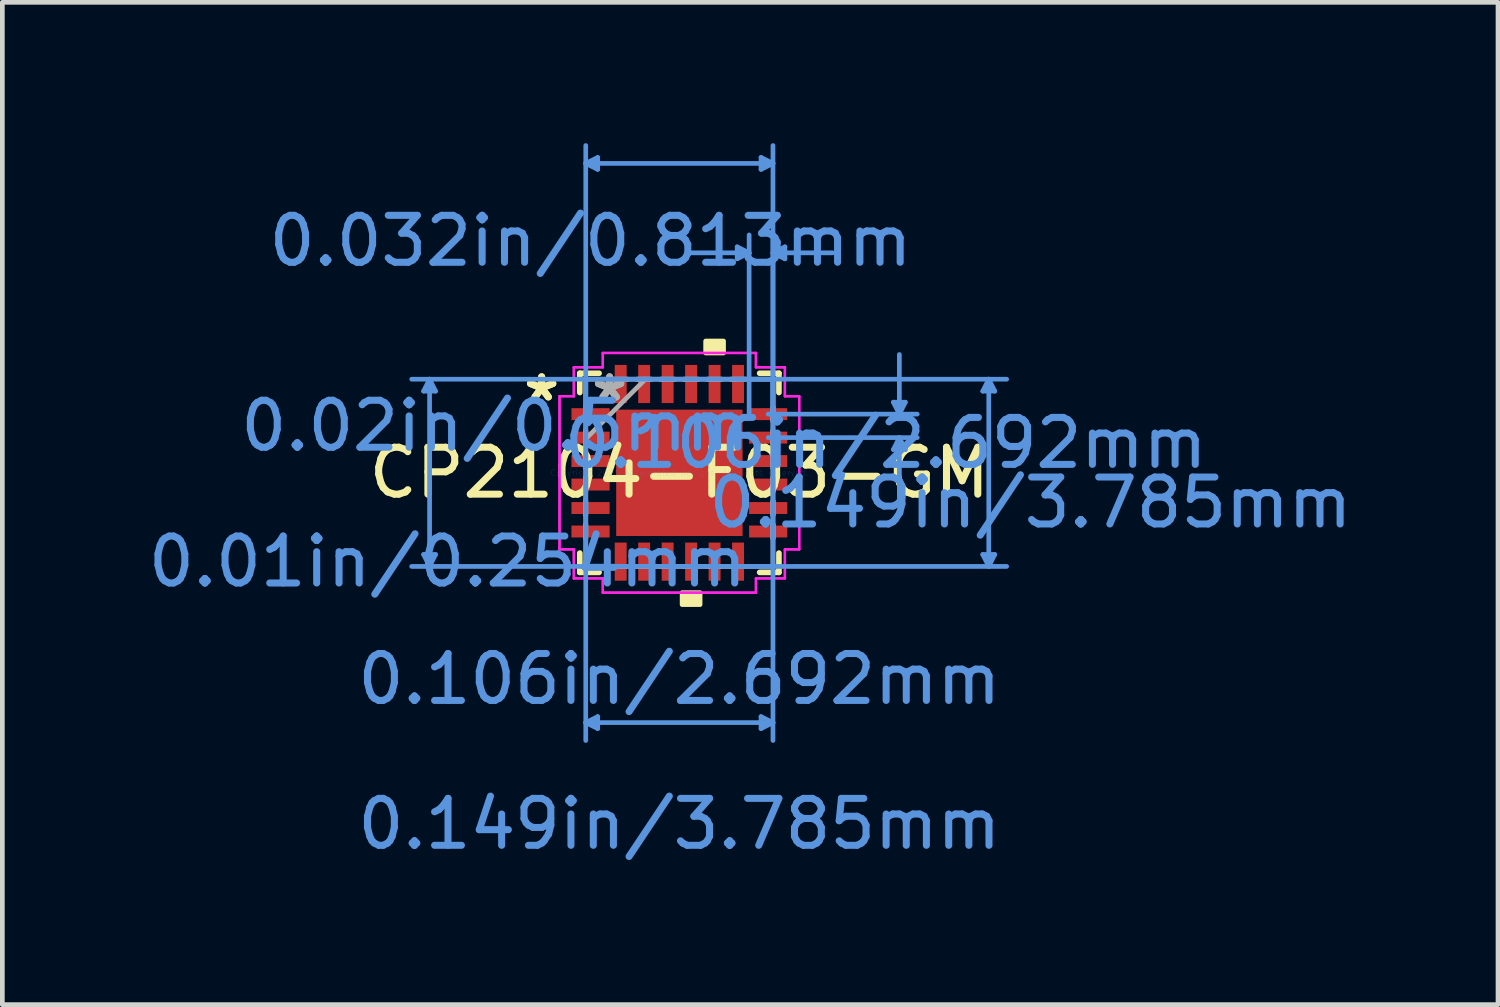
<source format=kicad_pcb>
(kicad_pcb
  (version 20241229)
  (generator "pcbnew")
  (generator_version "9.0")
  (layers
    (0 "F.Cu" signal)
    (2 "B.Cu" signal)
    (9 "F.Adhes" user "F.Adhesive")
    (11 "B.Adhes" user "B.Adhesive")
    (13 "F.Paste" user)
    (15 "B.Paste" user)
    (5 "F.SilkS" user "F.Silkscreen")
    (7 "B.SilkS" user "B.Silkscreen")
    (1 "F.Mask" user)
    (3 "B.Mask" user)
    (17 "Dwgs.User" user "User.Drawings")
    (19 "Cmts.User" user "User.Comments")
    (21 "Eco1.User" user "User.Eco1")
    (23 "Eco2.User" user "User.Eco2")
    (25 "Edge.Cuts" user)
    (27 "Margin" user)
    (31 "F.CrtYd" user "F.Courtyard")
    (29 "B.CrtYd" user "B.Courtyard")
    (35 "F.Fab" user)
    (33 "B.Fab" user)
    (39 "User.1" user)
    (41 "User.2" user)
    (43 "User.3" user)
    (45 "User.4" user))
  (footprint "CP2104-F03-GM"
    (layer "F.Cu")
    (at 11.422 7.022)
    (property "Reference" "CP2104-F03-GM" (at 0 0 0) (layer "F.SilkS") (effects (font (size 1 1) (thickness 0.15))))
    (attr through_hole)
    (fp_line (start -2.121 -2.121) (end -2.121 -1.71) (stroke (width 0.12) (type solid)) (layer "F.SilkS"))
    (fp_line (start -2.121 1.71) (end -2.121 2.121) (stroke (width 0.12) (type solid)) (layer "F.SilkS"))
    (fp_line (start -2.121 2.121) (end -1.71 2.121) (stroke (width 0.12) (type solid)) (layer "F.SilkS"))
    (fp_line (start -1.71 -2.121) (end -2.121 -2.121) (stroke (width 0.12) (type solid)) (layer "F.SilkS"))
    (fp_line (start 1.71 2.121) (end 2.121 2.121) (stroke (width 0.12) (type solid)) (layer "F.SilkS"))
    (fp_line (start 2.121 -2.121) (end 1.71 -2.121) (stroke (width 0.12) (type solid)) (layer "F.SilkS"))
    (fp_line (start 2.121 -1.71) (end 2.121 -2.121) (stroke (width 0.12) (type solid)) (layer "F.SilkS"))
    (fp_line (start 2.121 2.121) (end 2.121 1.71) (stroke (width 0.12) (type solid)) (layer "F.SilkS"))
    (fp_poly (pts (xy 0.059 2.553) (xy 0.059 2.807) (xy 0.441 2.807) (xy 0.441 2.553)) (stroke (width 0.1) (type solid)) (fill yes) (layer "F.SilkS"))
    (fp_poly (pts (xy 0.56 -2.553) (xy 0.56 -2.807) (xy 0.941 -2.807) (xy 0.941 -2.553)) (stroke (width 0.1) (type solid)) (fill yes) (layer "F.SilkS"))
    (fp_poly (pts (xy -1.246 -1.246) (xy -1.246 -0.1) (xy -0.1 -0.1) (xy -0.1 -1.246)) (stroke (width 0.1) (type solid)) (fill yes) (layer "F.Paste"))
    (fp_poly (pts (xy -1.246 0.1) (xy -1.246 1.246) (xy -0.1 1.246) (xy -0.1 0.1)) (stroke (width 0.1) (type solid)) (fill yes) (layer "F.Paste"))
    (fp_poly (pts (xy 0.1 -1.246) (xy 0.1 -0.1) (xy 1.246 -0.1) (xy 1.246 -1.246)) (stroke (width 0.1) (type solid)) (fill yes) (layer "F.Paste"))
    (fp_poly (pts (xy 0.1 0.1) (xy 0.1 1.246) (xy 1.246 1.246) (xy 1.246 0.1)) (stroke (width 0.1) (type solid)) (fill yes) (layer "F.Paste"))
    (fp_line (start -5.448 -1.74) (end -5.194 -1.74) (stroke (width 0.1) (type solid)) (layer "Cmts.User"))
    (fp_line (start -5.448 1.74) (end -5.194 1.74) (stroke (width 0.1) (type solid)) (layer "Cmts.User"))
    (fp_line (start -5.321 -1.994) (end -5.448 -1.74) (stroke (width 0.1) (type solid)) (layer "Cmts.User"))
    (fp_line (start -5.321 -1.994) (end -5.321 1.994) (stroke (width 0.1) (type solid)) (layer "Cmts.User"))
    (fp_line (start -5.321 -1.994) (end -5.194 -1.74) (stroke (width 0.1) (type solid)) (layer "Cmts.User"))
    (fp_line (start -5.321 1.994) (end -5.448 1.74) (stroke (width 0.1) (type solid)) (layer "Cmts.User"))
    (fp_line (start -5.321 1.994) (end -5.194 1.74) (stroke (width 0.1) (type solid)) (layer "Cmts.User"))
    (fp_line (start -1.994 -6.591) (end -1.74 -6.718) (stroke (width 0.1) (type solid)) (layer "Cmts.User"))
    (fp_line (start -1.994 -6.591) (end -1.74 -6.464) (stroke (width 0.1) (type solid)) (layer "Cmts.User"))
    (fp_line (start -1.994 -6.591) (end 1.994 -6.591) (stroke (width 0.1) (type solid)) (layer "Cmts.User"))
    (fp_line (start -1.994 -1.994) (end -1.994 5.702) (stroke (width 0.1) (type solid)) (layer "Cmts.User"))
    (fp_line (start -1.994 -1.25) (end -1.994 -6.972) (stroke (width 0.1) (type solid)) (layer "Cmts.User"))
    (fp_line (start -1.994 5.321) (end -1.74 5.194) (stroke (width 0.1) (type solid)) (layer "Cmts.User"))
    (fp_line (start -1.994 5.321) (end -1.74 5.448) (stroke (width 0.1) (type solid)) (layer "Cmts.User"))
    (fp_line (start -1.994 5.321) (end 1.994 5.321) (stroke (width 0.1) (type solid)) (layer "Cmts.User"))
    (fp_line (start -1.74 -6.718) (end -1.74 -6.464) (stroke (width 0.1) (type solid)) (layer "Cmts.User"))
    (fp_line (start -1.74 5.194) (end -1.74 5.448) (stroke (width 0.1) (type solid)) (layer "Cmts.User"))
    (fp_line (start 1.232 -4.813) (end 1.232 -4.559) (stroke (width 0.1) (type solid)) (layer "Cmts.User"))
    (fp_line (start 1.25 -1.994) (end 6.972 -1.994) (stroke (width 0.1) (type solid)) (layer "Cmts.User"))
    (fp_line (start 1.25 1.994) (end 6.972 1.994) (stroke (width 0.1) (type solid)) (layer "Cmts.User"))
    (fp_line (start 1.486 -4.686) (end 0.216 -4.686) (stroke (width 0.1) (type solid)) (layer "Cmts.User"))
    (fp_line (start 1.486 -4.686) (end 1.232 -4.813) (stroke (width 0.1) (type solid)) (layer "Cmts.User"))
    (fp_line (start 1.486 -4.686) (end 1.232 -4.559) (stroke (width 0.1) (type solid)) (layer "Cmts.User"))
    (fp_line (start 1.486 -1.25) (end 1.486 -5.067) (stroke (width 0.1) (type solid)) (layer "Cmts.User"))
    (fp_line (start 1.74 -6.718) (end 1.74 -6.464) (stroke (width 0.1) (type solid)) (layer "Cmts.User"))
    (fp_line (start 1.74 5.194) (end 1.74 5.448) (stroke (width 0.1) (type solid)) (layer "Cmts.User"))
    (fp_line (start 1.892 -1.25) (end 5.067 -1.25) (stroke (width 0.1) (type solid)) (layer "Cmts.User"))
    (fp_line (start 1.892 -0.75) (end 5.067 -0.75) (stroke (width 0.1) (type solid)) (layer "Cmts.User"))
    (fp_line (start 1.994 -6.591) (end 1.74 -6.718) (stroke (width 0.1) (type solid)) (layer "Cmts.User"))
    (fp_line (start 1.994 -6.591) (end 1.74 -6.464) (stroke (width 0.1) (type solid)) (layer "Cmts.User"))
    (fp_line (start 1.994 -4.686) (end 2.248 -4.813) (stroke (width 0.1) (type solid)) (layer "Cmts.User"))
    (fp_line (start 1.994 -4.686) (end 2.248 -4.559) (stroke (width 0.1) (type solid)) (layer "Cmts.User"))
    (fp_line (start 1.994 -4.686) (end 3.264 -4.686) (stroke (width 0.1) (type solid)) (layer "Cmts.User"))
    (fp_line (start 1.994 -1.994) (end -5.702 -1.994) (stroke (width 0.1) (type solid)) (layer "Cmts.User"))
    (fp_line (start 1.994 -1.994) (end 1.994 5.702) (stroke (width 0.1) (type solid)) (layer "Cmts.User"))
    (fp_line (start 1.994 -1.25) (end 1.994 -6.972) (stroke (width 0.1) (type solid)) (layer "Cmts.User"))
    (fp_line (start 1.994 -1.25) (end 1.994 -5.067) (stroke (width 0.1) (type solid)) (layer "Cmts.User"))
    (fp_line (start 1.994 1.994) (end -5.702 1.994) (stroke (width 0.1) (type solid)) (layer "Cmts.User"))
    (fp_line (start 1.994 5.321) (end 1.74 5.194) (stroke (width 0.1) (type solid)) (layer "Cmts.User"))
    (fp_line (start 1.994 5.321) (end 1.74 5.448) (stroke (width 0.1) (type solid)) (layer "Cmts.User"))
    (fp_line (start 2.248 -4.813) (end 2.248 -4.559) (stroke (width 0.1) (type solid)) (layer "Cmts.User"))
    (fp_line (start 4.559 -1.504) (end 4.813 -1.504) (stroke (width 0.1) (type solid)) (layer "Cmts.User"))
    (fp_line (start 4.559 -0.496) (end 4.813 -0.496) (stroke (width 0.1) (type solid)) (layer "Cmts.User"))
    (fp_line (start 4.686 -1.25) (end 4.559 -1.504) (stroke (width 0.1) (type solid)) (layer "Cmts.User"))
    (fp_line (start 4.686 -1.25) (end 4.686 -2.52) (stroke (width 0.1) (type solid)) (layer "Cmts.User"))
    (fp_line (start 4.686 -1.25) (end 4.813 -1.504) (stroke (width 0.1) (type solid)) (layer "Cmts.User"))
    (fp_line (start 4.686 -0.75) (end 4.559 -0.496) (stroke (width 0.1) (type solid)) (layer "Cmts.User"))
    (fp_line (start 4.686 -0.75) (end 4.686 0.52) (stroke (width 0.1) (type solid)) (layer "Cmts.User"))
    (fp_line (start 4.686 -0.75) (end 4.813 -0.496) (stroke (width 0.1) (type solid)) (layer "Cmts.User"))
    (fp_line (start 6.464 -1.74) (end 6.718 -1.74) (stroke (width 0.1) (type solid)) (layer "Cmts.User"))
    (fp_line (start 6.464 1.74) (end 6.718 1.74) (stroke (width 0.1) (type solid)) (layer "Cmts.User"))
    (fp_line (start 6.591 -1.994) (end 6.464 -1.74) (stroke (width 0.1) (type solid)) (layer "Cmts.User"))
    (fp_line (start 6.591 -1.994) (end 6.591 1.994) (stroke (width 0.1) (type solid)) (layer "Cmts.User"))
    (fp_line (start 6.591 -1.994) (end 6.718 -1.74) (stroke (width 0.1) (type solid)) (layer "Cmts.User"))
    (fp_line (start 6.591 1.994) (end 6.464 1.74) (stroke (width 0.1) (type solid)) (layer "Cmts.User"))
    (fp_line (start 6.591 1.994) (end 6.718 1.74) (stroke (width 0.1) (type solid)) (layer "Cmts.User"))
    (fp_line (start -2.553 -1.631) (end -2.248 -1.631) (stroke (width 0.05) (type solid)) (layer "F.CrtYd"))
    (fp_line (start -2.553 -1.631) (end -2.248 -1.631) (stroke (width 0.05) (type solid)) (layer "F.CrtYd"))
    (fp_line (start -2.553 1.631) (end -2.553 -1.631) (stroke (width 0.05) (type solid)) (layer "F.CrtYd"))
    (fp_line (start -2.553 1.631) (end -2.553 -1.631) (stroke (width 0.05) (type solid)) (layer "F.CrtYd"))
    (fp_line (start -2.248 -2.248) (end -1.631 -2.248) (stroke (width 0.05) (type solid)) (layer "F.CrtYd"))
    (fp_line (start -2.248 -2.248) (end -1.631 -2.248) (stroke (width 0.05) (type solid)) (layer "F.CrtYd"))
    (fp_line (start -2.248 -1.631) (end -2.248 -2.248) (stroke (width 0.05) (type solid)) (layer "F.CrtYd"))
    (fp_line (start -2.248 -1.631) (end -2.248 -2.248) (stroke (width 0.05) (type solid)) (layer "F.CrtYd"))
    (fp_line (start -2.248 1.631) (end -2.553 1.631) (stroke (width 0.05) (type solid)) (layer "F.CrtYd"))
    (fp_line (start -2.248 1.631) (end -2.553 1.631) (stroke (width 0.05) (type solid)) (layer "F.CrtYd"))
    (fp_line (start -2.248 2.248) (end -2.248 1.631) (stroke (width 0.05) (type solid)) (layer "F.CrtYd"))
    (fp_line (start -2.248 2.248) (end -2.248 1.631) (stroke (width 0.05) (type solid)) (layer "F.CrtYd"))
    (fp_line (start -1.631 -2.553) (end 1.631 -2.553) (stroke (width 0.05) (type solid)) (layer "F.CrtYd"))
    (fp_line (start -1.631 -2.553) (end 1.631 -2.553) (stroke (width 0.05) (type solid)) (layer "F.CrtYd"))
    (fp_line (start -1.631 -2.248) (end -1.631 -2.553) (stroke (width 0.05) (type solid)) (layer "F.CrtYd"))
    (fp_line (start -1.631 -2.248) (end -1.631 -2.553) (stroke (width 0.05) (type solid)) (layer "F.CrtYd"))
    (fp_line (start -1.631 2.248) (end -2.248 2.248) (stroke (width 0.05) (type solid)) (layer "F.CrtYd"))
    (fp_line (start -1.631 2.248) (end -2.248 2.248) (stroke (width 0.05) (type solid)) (layer "F.CrtYd"))
    (fp_line (start -1.631 2.553) (end -1.631 2.248) (stroke (width 0.05) (type solid)) (layer "F.CrtYd"))
    (fp_line (start -1.631 2.553) (end -1.631 2.248) (stroke (width 0.05) (type solid)) (layer "F.CrtYd"))
    (fp_line (start 1.631 -2.553) (end 1.631 -2.248) (stroke (width 0.05) (type solid)) (layer "F.CrtYd"))
    (fp_line (start 1.631 -2.553) (end 1.631 -2.248) (stroke (width 0.05) (type solid)) (layer "F.CrtYd"))
    (fp_line (start 1.631 -2.248) (end 2.248 -2.248) (stroke (width 0.05) (type solid)) (layer "F.CrtYd"))
    (fp_line (start 1.631 -2.248) (end 2.248 -2.248) (stroke (width 0.05) (type solid)) (layer "F.CrtYd"))
    (fp_line (start 1.631 2.248) (end 1.631 2.553) (stroke (width 0.05) (type solid)) (layer "F.CrtYd"))
    (fp_line (start 1.631 2.248) (end 1.631 2.553) (stroke (width 0.05) (type solid)) (layer "F.CrtYd"))
    (fp_line (start 1.631 2.553) (end -1.631 2.553) (stroke (width 0.05) (type solid)) (layer "F.CrtYd"))
    (fp_line (start 1.631 2.553) (end -1.631 2.553) (stroke (width 0.05) (type solid)) (layer "F.CrtYd"))
    (fp_line (start 2.248 -2.248) (end 2.248 -1.631) (stroke (width 0.05) (type solid)) (layer "F.CrtYd"))
    (fp_line (start 2.248 -2.248) (end 2.248 -1.631) (stroke (width 0.05) (type solid)) (layer "F.CrtYd"))
    (fp_line (start 2.248 -1.631) (end 2.553 -1.631) (stroke (width 0.05) (type solid)) (layer "F.CrtYd"))
    (fp_line (start 2.248 -1.631) (end 2.553 -1.631) (stroke (width 0.05) (type solid)) (layer "F.CrtYd"))
    (fp_line (start 2.248 1.631) (end 2.248 2.248) (stroke (width 0.05) (type solid)) (layer "F.CrtYd"))
    (fp_line (start 2.248 1.631) (end 2.248 2.248) (stroke (width 0.05) (type solid)) (layer "F.CrtYd"))
    (fp_line (start 2.248 2.248) (end 1.631 2.248) (stroke (width 0.05) (type solid)) (layer "F.CrtYd"))
    (fp_line (start 2.248 2.248) (end 1.631 2.248) (stroke (width 0.05) (type solid)) (layer "F.CrtYd"))
    (fp_line (start 2.553 -1.631) (end 2.553 1.631) (stroke (width 0.05) (type solid)) (layer "F.CrtYd"))
    (fp_line (start 2.553 -1.631) (end 2.553 1.631) (stroke (width 0.05) (type solid)) (layer "F.CrtYd"))
    (fp_line (start 2.553 1.631) (end 2.248 1.631) (stroke (width 0.05) (type solid)) (layer "F.CrtYd"))
    (fp_line (start 2.553 1.631) (end 2.248 1.631) (stroke (width 0.05) (type solid)) (layer "F.CrtYd"))
    (fp_line (start -1.994 -1.994) (end -1.994 -1.994) (stroke (width 0.1) (type solid)) (layer "F.Fab"))
    (fp_line (start -1.994 -1.994) (end -1.994 1.994) (stroke (width 0.1) (type solid)) (layer "F.Fab"))
    (fp_line (start -1.994 -1.402) (end -1.994 -1.402) (stroke (width 0.1) (type solid)) (layer "F.Fab"))
    (fp_line (start -1.994 -1.402) (end -1.994 -1.098) (stroke (width 0.1) (type solid)) (layer "F.Fab"))
    (fp_line (start -1.994 -1.098) (end -1.994 -1.402) (stroke (width 0.1) (type solid)) (layer "F.Fab"))
    (fp_line (start -1.994 -1.098) (end -1.994 -1.098) (stroke (width 0.1) (type solid)) (layer "F.Fab"))
    (fp_line (start -1.994 -0.902) (end -1.994 -0.902) (stroke (width 0.1) (type solid)) (layer "F.Fab"))
    (fp_line (start -1.994 -0.902) (end -1.994 -0.598) (stroke (width 0.1) (type solid)) (layer "F.Fab"))
    (fp_line (start -1.994 -0.724) (end -0.724 -1.994) (stroke (width 0.1) (type solid)) (layer "F.Fab"))
    (fp_line (start -1.994 -0.598) (end -1.994 -0.902) (stroke (width 0.1) (type solid)) (layer "F.Fab"))
    (fp_line (start -1.994 -0.598) (end -1.994 -0.598) (stroke (width 0.1) (type solid)) (layer "F.Fab"))
    (fp_line (start -1.994 -0.402) (end -1.994 -0.402) (stroke (width 0.1) (type solid)) (layer "F.Fab"))
    (fp_line (start -1.994 -0.402) (end -1.994 -0.098) (stroke (width 0.1) (type solid)) (layer "F.Fab"))
    (fp_line (start -1.994 -0.098) (end -1.994 -0.402) (stroke (width 0.1) (type solid)) (layer "F.Fab"))
    (fp_line (start -1.994 -0.098) (end -1.994 -0.098) (stroke (width 0.1) (type solid)) (layer "F.Fab"))
    (fp_line (start -1.994 0.098) (end -1.994 0.098) (stroke (width 0.1) (type solid)) (layer "F.Fab"))
    (fp_line (start -1.994 0.098) (end -1.994 0.402) (stroke (width 0.1) (type solid)) (layer "F.Fab"))
    (fp_line (start -1.994 0.402) (end -1.994 0.098) (stroke (width 0.1) (type solid)) (layer "F.Fab"))
    (fp_line (start -1.994 0.402) (end -1.994 0.402) (stroke (width 0.1) (type solid)) (layer "F.Fab"))
    (fp_line (start -1.994 0.598) (end -1.994 0.598) (stroke (width 0.1) (type solid)) (layer "F.Fab"))
    (fp_line (start -1.994 0.598) (end -1.994 0.902) (stroke (width 0.1) (type solid)) (layer "F.Fab"))
    (fp_line (start -1.994 0.902) (end -1.994 0.598) (stroke (width 0.1) (type solid)) (layer "F.Fab"))
    (fp_line (start -1.994 0.902) (end -1.994 0.902) (stroke (width 0.1) (type solid)) (layer "F.Fab"))
    (fp_line (start -1.994 1.098) (end -1.994 1.098) (stroke (width 0.1) (type solid)) (layer "F.Fab"))
    (fp_line (start -1.994 1.098) (end -1.994 1.402) (stroke (width 0.1) (type solid)) (layer "F.Fab"))
    (fp_line (start -1.994 1.402) (end -1.994 1.098) (stroke (width 0.1) (type solid)) (layer "F.Fab"))
    (fp_line (start -1.994 1.402) (end -1.994 1.402) (stroke (width 0.1) (type solid)) (layer "F.Fab"))
    (fp_line (start -1.994 1.994) (end -1.994 1.994) (stroke (width 0.1) (type solid)) (layer "F.Fab"))
    (fp_line (start -1.994 1.994) (end 1.994 1.994) (stroke (width 0.1) (type solid)) (layer "F.Fab"))
    (fp_line (start -1.402 -1.994) (end -1.402 -1.994) (stroke (width 0.1) (type solid)) (layer "F.Fab"))
    (fp_line (start -1.402 -1.994) (end -1.098 -1.994) (stroke (width 0.1) (type solid)) (layer "F.Fab"))
    (fp_line (start -1.402 1.994) (end -1.402 1.994) (stroke (width 0.1) (type solid)) (layer "F.Fab"))
    (fp_line (start -1.402 1.994) (end -1.098 1.994) (stroke (width 0.1) (type solid)) (layer "F.Fab"))
    (fp_line (start -1.098 -1.994) (end -1.402 -1.994) (stroke (width 0.1) (type solid)) (layer "F.Fab"))
    (fp_line (start -1.098 -1.994) (end -1.098 -1.994) (stroke (width 0.1) (type solid)) (layer "F.Fab"))
    (fp_line (start -1.098 1.994) (end -1.402 1.994) (stroke (width 0.1) (type solid)) (layer "F.Fab"))
    (fp_line (start -1.098 1.994) (end -1.098 1.994) (stroke (width 0.1) (type solid)) (layer "F.Fab"))
    (fp_line (start -0.902 -1.994) (end -0.902 -1.994) (stroke (width 0.1) (type solid)) (layer "F.Fab"))
    (fp_line (start -0.902 -1.994) (end -0.598 -1.994) (stroke (width 0.1) (type solid)) (layer "F.Fab"))
    (fp_line (start -0.902 1.994) (end -0.902 1.994) (stroke (width 0.1) (type solid)) (layer "F.Fab"))
    (fp_line (start -0.902 1.994) (end -0.598 1.994) (stroke (width 0.1) (type solid)) (layer "F.Fab"))
    (fp_line (start -0.598 -1.994) (end -0.902 -1.994) (stroke (width 0.1) (type solid)) (layer "F.Fab"))
    (fp_line (start -0.598 -1.994) (end -0.598 -1.994) (stroke (width 0.1) (type solid)) (layer "F.Fab"))
    (fp_line (start -0.598 1.994) (end -0.902 1.994) (stroke (width 0.1) (type solid)) (layer "F.Fab"))
    (fp_line (start -0.598 1.994) (end -0.598 1.994) (stroke (width 0.1) (type solid)) (layer "F.Fab"))
    (fp_line (start -0.402 -1.994) (end -0.402 -1.994) (stroke (width 0.1) (type solid)) (layer "F.Fab"))
    (fp_line (start -0.402 -1.994) (end -0.098 -1.994) (stroke (width 0.1) (type solid)) (layer "F.Fab"))
    (fp_line (start -0.402 1.994) (end -0.402 1.994) (stroke (width 0.1) (type solid)) (layer "F.Fab"))
    (fp_line (start -0.402 1.994) (end -0.098 1.994) (stroke (width 0.1) (type solid)) (layer "F.Fab"))
    (fp_line (start -0.098 -1.994) (end -0.402 -1.994) (stroke (width 0.1) (type solid)) (layer "F.Fab"))
    (fp_line (start -0.098 -1.994) (end -0.098 -1.994) (stroke (width 0.1) (type solid)) (layer "F.Fab"))
    (fp_line (start -0.098 1.994) (end -0.402 1.994) (stroke (width 0.1) (type solid)) (layer "F.Fab"))
    (fp_line (start -0.098 1.994) (end -0.098 1.994) (stroke (width 0.1) (type solid)) (layer "F.Fab"))
    (fp_line (start 0.098 -1.994) (end 0.098 -1.994) (stroke (width 0.1) (type solid)) (layer "F.Fab"))
    (fp_line (start 0.098 -1.994) (end 0.402 -1.994) (stroke (width 0.1) (type solid)) (layer "F.Fab"))
    (fp_line (start 0.098 1.994) (end 0.098 1.994) (stroke (width 0.1) (type solid)) (layer "F.Fab"))
    (fp_line (start 0.098 1.994) (end 0.402 1.994) (stroke (width 0.1) (type solid)) (layer "F.Fab"))
    (fp_line (start 0.402 -1.994) (end 0.098 -1.994) (stroke (width 0.1) (type solid)) (layer "F.Fab"))
    (fp_line (start 0.402 -1.994) (end 0.402 -1.994) (stroke (width 0.1) (type solid)) (layer "F.Fab"))
    (fp_line (start 0.402 1.994) (end 0.098 1.994) (stroke (width 0.1) (type solid)) (layer "F.Fab"))
    (fp_line (start 0.402 1.994) (end 0.402 1.994) (stroke (width 0.1) (type solid)) (layer "F.Fab"))
    (fp_line (start 0.598 -1.994) (end 0.598 -1.994) (stroke (width 0.1) (type solid)) (layer "F.Fab"))
    (fp_line (start 0.598 -1.994) (end 0.902 -1.994) (stroke (width 0.1) (type solid)) (layer "F.Fab"))
    (fp_line (start 0.598 1.994) (end 0.598 1.994) (stroke (width 0.1) (type solid)) (layer "F.Fab"))
    (fp_line (start 0.598 1.994) (end 0.902 1.994) (stroke (width 0.1) (type solid)) (layer "F.Fab"))
    (fp_line (start 0.902 -1.994) (end 0.598 -1.994) (stroke (width 0.1) (type solid)) (layer "F.Fab"))
    (fp_line (start 0.902 -1.994) (end 0.902 -1.994) (stroke (width 0.1) (type solid)) (layer "F.Fab"))
    (fp_line (start 0.902 1.994) (end 0.598 1.994) (stroke (width 0.1) (type solid)) (layer "F.Fab"))
    (fp_line (start 0.902 1.994) (end 0.902 1.994) (stroke (width 0.1) (type solid)) (layer "F.Fab"))
    (fp_line (start 1.098 -1.994) (end 1.098 -1.994) (stroke (width 0.1) (type solid)) (layer "F.Fab"))
    (fp_line (start 1.098 -1.994) (end 1.402 -1.994) (stroke (width 0.1) (type solid)) (layer "F.Fab"))
    (fp_line (start 1.098 1.994) (end 1.098 1.994) (stroke (width 0.1) (type solid)) (layer "F.Fab"))
    (fp_line (start 1.098 1.994) (end 1.402 1.994) (stroke (width 0.1) (type solid)) (layer "F.Fab"))
    (fp_line (start 1.402 -1.994) (end 1.098 -1.994) (stroke (width 0.1) (type solid)) (layer "F.Fab"))
    (fp_line (start 1.402 -1.994) (end 1.402 -1.994) (stroke (width 0.1) (type solid)) (layer "F.Fab"))
    (fp_line (start 1.402 1.994) (end 1.098 1.994) (stroke (width 0.1) (type solid)) (layer "F.Fab"))
    (fp_line (start 1.402 1.994) (end 1.402 1.994) (stroke (width 0.1) (type solid)) (layer "F.Fab"))
    (fp_line (start 1.994 -1.994) (end -1.994 -1.994) (stroke (width 0.1) (type solid)) (layer "F.Fab"))
    (fp_line (start 1.994 -1.994) (end 1.994 -1.994) (stroke (width 0.1) (type solid)) (layer "F.Fab"))
    (fp_line (start 1.994 -1.402) (end 1.994 -1.402) (stroke (width 0.1) (type solid)) (layer "F.Fab"))
    (fp_line (start 1.994 -1.402) (end 1.994 -1.098) (stroke (width 0.1) (type solid)) (layer "F.Fab"))
    (fp_line (start 1.994 -1.098) (end 1.994 -1.402) (stroke (width 0.1) (type solid)) (layer "F.Fab"))
    (fp_line (start 1.994 -1.098) (end 1.994 -1.098) (stroke (width 0.1) (type solid)) (layer "F.Fab"))
    (fp_line (start 1.994 -0.902) (end 1.994 -0.902) (stroke (width 0.1) (type solid)) (layer "F.Fab"))
    (fp_line (start 1.994 -0.902) (end 1.994 -0.598) (stroke (width 0.1) (type solid)) (layer "F.Fab"))
    (fp_line (start 1.994 -0.598) (end 1.994 -0.902) (stroke (width 0.1) (type solid)) (layer "F.Fab"))
    (fp_line (start 1.994 -0.598) (end 1.994 -0.598) (stroke (width 0.1) (type solid)) (layer "F.Fab"))
    (fp_line (start 1.994 -0.402) (end 1.994 -0.402) (stroke (width 0.1) (type solid)) (layer "F.Fab"))
    (fp_line (start 1.994 -0.402) (end 1.994 -0.098) (stroke (width 0.1) (type solid)) (layer "F.Fab"))
    (fp_line (start 1.994 -0.098) (end 1.994 -0.402) (stroke (width 0.1) (type solid)) (layer "F.Fab"))
    (fp_line (start 1.994 -0.098) (end 1.994 -0.098) (stroke (width 0.1) (type solid)) (layer "F.Fab"))
    (fp_line (start 1.994 0.098) (end 1.994 0.098) (stroke (width 0.1) (type solid)) (layer "F.Fab"))
    (fp_line (start 1.994 0.098) (end 1.994 0.402) (stroke (width 0.1) (type solid)) (layer "F.Fab"))
    (fp_line (start 1.994 0.402) (end 1.994 0.098) (stroke (width 0.1) (type solid)) (layer "F.Fab"))
    (fp_line (start 1.994 0.402) (end 1.994 0.402) (stroke (width 0.1) (type solid)) (layer "F.Fab"))
    (fp_line (start 1.994 0.598) (end 1.994 0.598) (stroke (width 0.1) (type solid)) (layer "F.Fab"))
    (fp_line (start 1.994 0.598) (end 1.994 0.902) (stroke (width 0.1) (type solid)) (layer "F.Fab"))
    (fp_line (start 1.994 0.902) (end 1.994 0.598) (stroke (width 0.1) (type solid)) (layer "F.Fab"))
    (fp_line (start 1.994 0.902) (end 1.994 0.902) (stroke (width 0.1) (type solid)) (layer "F.Fab"))
    (fp_line (start 1.994 1.098) (end 1.994 1.098) (stroke (width 0.1) (type solid)) (layer "F.Fab"))
    (fp_line (start 1.994 1.098) (end 1.994 1.402) (stroke (width 0.1) (type solid)) (layer "F.Fab"))
    (fp_line (start 1.994 1.402) (end 1.994 1.098) (stroke (width 0.1) (type solid)) (layer "F.Fab"))
    (fp_line (start 1.994 1.402) (end 1.994 1.402) (stroke (width 0.1) (type solid)) (layer "F.Fab"))
    (fp_line (start 1.994 1.994) (end 1.994 -1.994) (stroke (width 0.1) (type solid)) (layer "F.Fab"))
    (fp_line (start 1.994 1.994) (end 1.994 1.994) (stroke (width 0.1) (type solid)) (layer "F.Fab"))
    (fp_text user "*" (at -2.934 -1.5 0) (layer "F.SilkS") (effects (font (size 1 1) (thickness 0.15))))
    (fp_text user "*" (at -2.934 -1.5 0) (layer "F.SilkS") (effects (font (size 1 1) (thickness 0.15))))
    (fp_text user "0.02in/0.5mm" (at -3.924 -1 0) (layer "Cmts.User") (effects (font (size 1 1) (thickness 0.15))))
    (fp_text user "0.106in/2.692mm" (at 0 4.394 0) (layer "Cmts.User") (effects (font (size 1 1) (thickness 0.15))))
    (fp_text user "0.149in/3.785mm" (at 7.48 0.635 0) (layer "Cmts.User") (effects (font (size 1 1) (thickness 0.15))))
    (fp_text user "0.106in/2.692mm" (at 4.394 -0.635 0) (layer "Cmts.User") (effects (font (size 1 1) (thickness 0.15))))
    (fp_text user "0.149in/3.785mm" (at 0 7.48 0) (layer "Cmts.User") (effects (font (size 1 1) (thickness 0.15))))
    (fp_text user "Copyright 2021 Accelerated Designs. All rights reserved." (at 0 0 0) (layer "Cmts.User") (effects (font (size 0.127 0.127) (thickness 0.002))))
    (fp_text user "0.01in/0.254mm" (at -4.94 1.892 0) (layer "Cmts.User") (effects (font (size 1 1) (thickness 0.15))))
    (fp_text user "0.032in/0.813mm" (at -1.892 -4.94 0) (layer "Cmts.User") (effects (font (size 1 1) (thickness 0.15))))
    (fp_text user "*" (at -1.486 -1.5 0) (layer "F.Fab") (effects (font (size 1 1) (thickness 0.15))))
    (fp_text user "*" (at -1.486 -1.5 0) (layer "F.Fab") (effects (font (size 1 1) (thickness 0.15))))
    (pad "1" smd rect (at -1.892 -1.25 90) (size 0.254 0.813) (layers "F.Cu" "F.Mask" "F.Paste"))
    (pad "2" smd rect (at -1.892 -0.75 90) (size 0.254 0.813) (layers "F.Cu" "F.Mask" "F.Paste"))
    (pad "3" smd rect (at -1.892 -0.25 90) (size 0.254 0.813) (layers "F.Cu" "F.Mask" "F.Paste"))
    (pad "4" smd rect (at -1.892 0.25 90) (size 0.254 0.813) (layers "F.Cu" "F.Mask" "F.Paste"))
    (pad "5" smd rect (at -1.892 0.75 90) (size 0.254 0.813) (layers "F.Cu" "F.Mask" "F.Paste"))
    (pad "6" smd rect (at -1.892 1.25 90) (size 0.254 0.813) (layers "F.Cu" "F.Mask" "F.Paste"))
    (pad "7" smd rect (at -1.25 1.892) (size 0.254 0.813) (layers "F.Cu" "F.Mask" "F.Paste"))
    (pad "8" smd rect (at -0.75 1.892) (size 0.254 0.813) (layers "F.Cu" "F.Mask" "F.Paste"))
    (pad "9" smd rect (at -0.25 1.892) (size 0.254 0.813) (layers "F.Cu" "F.Mask" "F.Paste"))
    (pad "10" smd rect (at 0.25 1.892) (size 0.254 0.813) (layers "F.Cu" "F.Mask" "F.Paste"))
    (pad "11" smd rect (at 0.75 1.892) (size 0.254 0.813) (layers "F.Cu" "F.Mask" "F.Paste"))
    (pad "12" smd rect (at 1.25 1.892) (size 0.254 0.813) (layers "F.Cu" "F.Mask" "F.Paste"))
    (pad "13" smd rect (at 1.892 1.25 90) (size 0.254 0.813) (layers "F.Cu" "F.Mask" "F.Paste"))
    (pad "14" smd rect (at 1.892 0.75 90) (size 0.254 0.813) (layers "F.Cu" "F.Mask" "F.Paste"))
    (pad "15" smd rect (at 1.892 0.25 90) (size 0.254 0.813) (layers "F.Cu" "F.Mask" "F.Paste"))
    (pad "16" smd rect (at 1.892 -0.25 90) (size 0.254 0.813) (layers "F.Cu" "F.Mask" "F.Paste"))
    (pad "17" smd rect (at 1.892 -0.75 90) (size 0.254 0.813) (layers "F.Cu" "F.Mask" "F.Paste"))
    (pad "18" smd rect (at 1.892 -1.25 90) (size 0.254 0.813) (layers "F.Cu" "F.Mask" "F.Paste"))
    (pad "19" smd rect (at 1.25 -1.892) (size 0.254 0.813) (layers "F.Cu" "F.Mask" "F.Paste"))
    (pad "20" smd rect (at 0.75 -1.892) (size 0.254 0.813) (layers "F.Cu" "F.Mask" "F.Paste"))
    (pad "21" smd rect (at 0.25 -1.892) (size 0.254 0.813) (layers "F.Cu" "F.Mask" "F.Paste"))
    (pad "22" smd rect (at -0.25 -1.892) (size 0.254 0.813) (layers "F.Cu" "F.Mask" "F.Paste"))
    (pad "23" smd rect (at -0.75 -1.892) (size 0.254 0.813) (layers "F.Cu" "F.Mask" "F.Paste"))
    (pad "24" smd rect (at -1.25 -1.892) (size 0.254 0.813) (layers "F.Cu" "F.Mask" "F.Paste"))
    (pad "25" smd rect (at 0 0) (size 2.692 2.692) (layers "F.Cu" "F.Mask")))
  (gr_rect
    (start -3 -3)
    (end 28.861 18.351)
    (stroke (width 0.1) (type default))
    (fill no)
    (layer "Edge.Cuts")))
</source>
